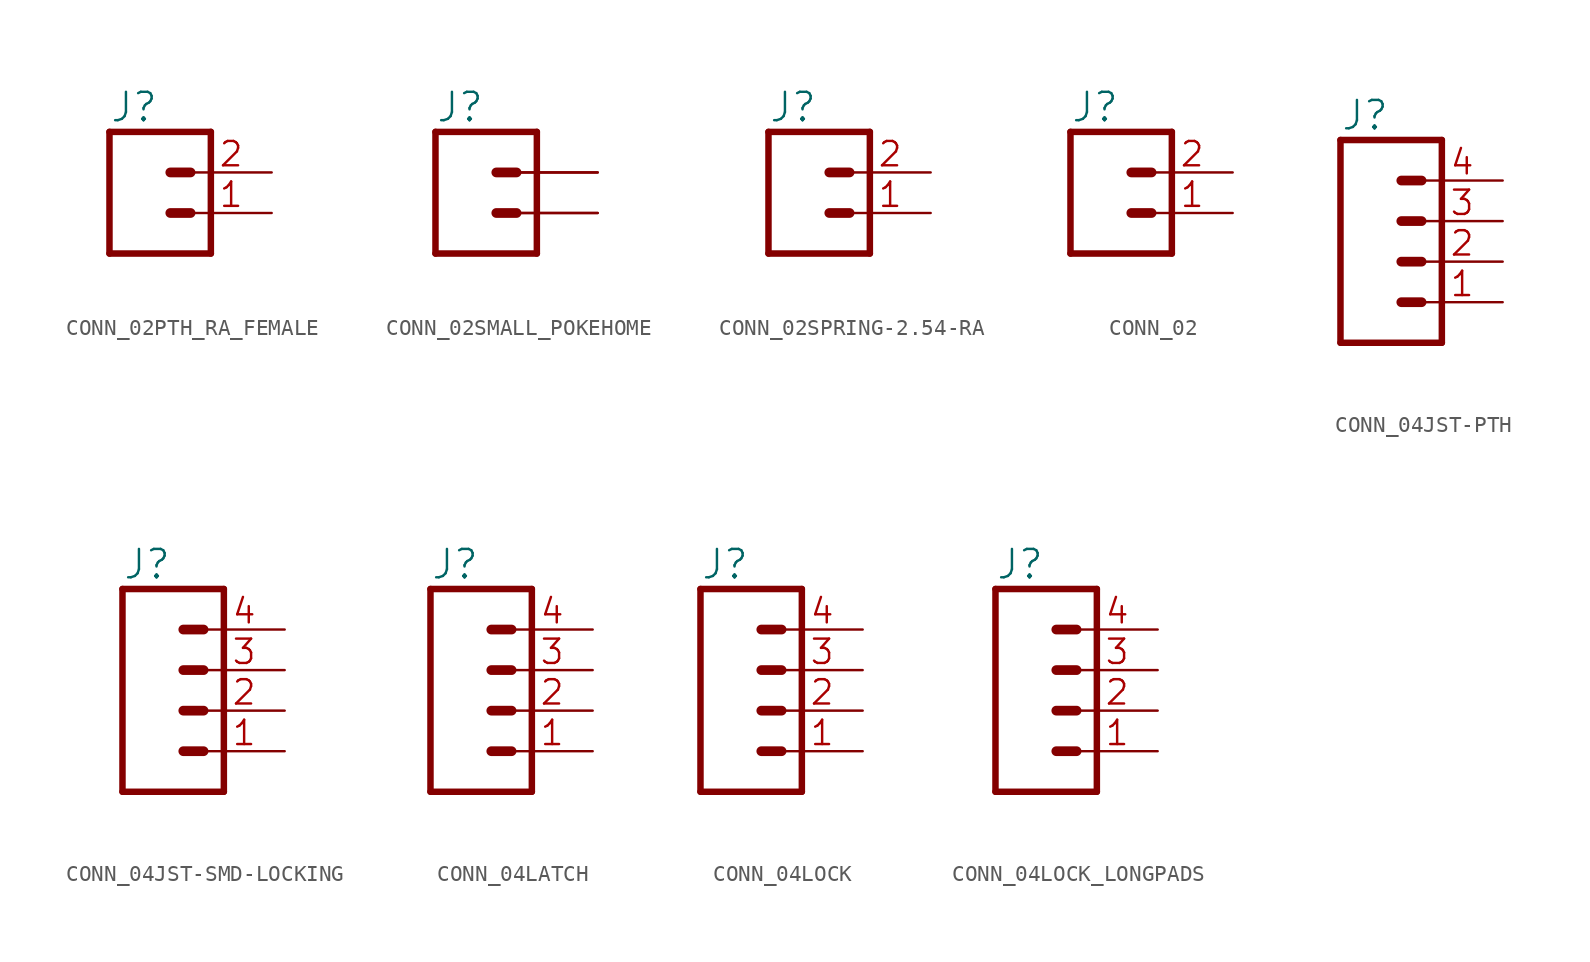
<source format=kicad_sym>
(kicad_symbol_lib
  (version 20241209)
  (generator "kicad_symbol_editor")
  (generator_version "9.0")
  (symbol "CONN_02PTH_RA_FEMALE"
    (property "Reference" "J"
      (at -2.54 5.588 0)
      (effects (font (size 1.778 1.778)) (justify left bottom)))
    (property "Value" ""
      (at -2.54 -4.826 0)
      (effects (font (size 1.778 1.778)) (justify left bottom)))
    (property "ki_locked" ""
      (at 0 0 0)
      (effects (font (size 1.27 1.27))))
    (symbol "CONN_02PTH_RA_FEMALE_1_0"
      (polyline (pts (xy -2.54 5.08) (xy -2.54 -2.54)) (stroke (width 0.406) (type solid)) (fill (type none)))
      (polyline (pts (xy -2.54 5.08) (xy 3.81 5.08)) (stroke (width 0.406) (type solid)) (fill (type none)))
      (polyline (pts (xy 1.27 2.54) (xy 2.54 2.54)) (stroke (width 0.61) (type solid)) (fill (type none)))
      (polyline (pts (xy 1.27 0) (xy 2.54 0)) (stroke (width 0.61) (type solid)) (fill (type none)))
      (polyline (pts (xy 3.81 -2.54) (xy -2.54 -2.54)) (stroke (width 0.406) (type solid)) (fill (type none)))
      (polyline (pts (xy 3.81 -2.54) (xy 3.81 5.08)) (stroke (width 0.406) (type solid)) (fill (type none)))
      (pin passive line (at 7.62 2.54 180) (length 5.08) (name "2" (effects (font (size 0 0)))) (number "2" (effects (font (size 1.524 1.524)))))
      (pin passive line (at 7.62 0 180) (length 5.08) (name "1" (effects (font (size 0 0)))) (number "1" (effects (font (size 1.524 1.524)))))))
  (symbol "CONN_02SMALL_POKEHOME"
    (property "Reference" "J"
      (at -2.54 5.588 0)
      (effects (font (size 1.778 1.778)) (justify left bottom)))
    (property "Value" ""
      (at -2.54 -4.826 0)
      (effects (font (size 1.778 1.778)) (justify left bottom)))
    (property "ki_locked" ""
      (at 0 0 0)
      (effects (font (size 1.27 1.27))))
    (symbol "CONN_02SMALL_POKEHOME_1_0"
      (polyline (pts (xy -2.54 5.08) (xy -2.54 -2.54)) (stroke (width 0.406) (type solid)) (fill (type none)))
      (polyline (pts (xy -2.54 5.08) (xy 3.81 5.08)) (stroke (width 0.406) (type solid)) (fill (type none)))
      (polyline (pts (xy 1.27 2.54) (xy 2.54 2.54)) (stroke (width 0.61) (type solid)) (fill (type none)))
      (polyline (pts (xy 1.27 0) (xy 2.54 0)) (stroke (width 0.61) (type solid)) (fill (type none)))
      (polyline (pts (xy 3.81 -2.54) (xy -2.54 -2.54)) (stroke (width 0.406) (type solid)) (fill (type none)))
      (polyline (pts (xy 3.81 -2.54) (xy 3.81 5.08)) (stroke (width 0.406) (type solid)) (fill (type none)))
      (pin passive line (at 7.62 2.54 180) (length 5.08) (name "2" (effects (font (size 0 0)))) (number "P2" (effects (font (size 0 0)))))
      (pin passive line (at 7.62 2.54 180) (length 5.08) (name "2" (effects (font (size 0 0)))) (number "P4" (effects (font (size 0 0)))))
      (pin passive line (at 7.62 0 180) (length 5.08) (name "1" (effects (font (size 0 0)))) (number "P1" (effects (font (size 0 0)))))
      (pin passive line (at 7.62 0 180) (length 5.08) (name "1" (effects (font (size 0 0)))) (number "P3" (effects (font (size 0 0)))))))
  (symbol "CONN_02SPRING-2.54-RA"
    (property "Reference" "J"
      (at -2.54 5.588 0)
      (effects (font (size 1.778 1.778)) (justify left bottom)))
    (property "Value" ""
      (at -2.54 -4.826 0)
      (effects (font (size 1.778 1.778)) (justify left bottom)))
    (property "ki_locked" ""
      (at 0 0 0)
      (effects (font (size 1.27 1.27))))
    (symbol "CONN_02SPRING-2.54-RA_1_0"
      (polyline (pts (xy -2.54 5.08) (xy -2.54 -2.54)) (stroke (width 0.406) (type solid)) (fill (type none)))
      (polyline (pts (xy -2.54 5.08) (xy 3.81 5.08)) (stroke (width 0.406) (type solid)) (fill (type none)))
      (polyline (pts (xy 1.27 2.54) (xy 2.54 2.54)) (stroke (width 0.61) (type solid)) (fill (type none)))
      (polyline (pts (xy 1.27 0) (xy 2.54 0)) (stroke (width 0.61) (type solid)) (fill (type none)))
      (polyline (pts (xy 3.81 -2.54) (xy -2.54 -2.54)) (stroke (width 0.406) (type solid)) (fill (type none)))
      (polyline (pts (xy 3.81 -2.54) (xy 3.81 5.08)) (stroke (width 0.406) (type solid)) (fill (type none)))
      (pin passive line (at 7.62 2.54 180) (length 5.08) (name "2" (effects (font (size 0 0)))) (number "2" (effects (font (size 1.524 1.524)))))
      (pin passive line (at 7.62 0 180) (length 5.08) (name "1" (effects (font (size 0 0)))) (number "1" (effects (font (size 1.524 1.524)))))))
  (symbol "CONN_02"
    (property "Reference" "J"
      (at -2.54 5.588 0)
      (effects (font (size 1.778 1.778)) (justify left bottom)))
    (property "Value" ""
      (at -2.54 -4.826 0)
      (effects (font (size 1.778 1.778)) (justify left bottom)))
    (property "ki_locked" ""
      (at 0 0 0)
      (effects (font (size 1.27 1.27))))
    (symbol "CONN_02_1_0"
      (polyline (pts (xy -2.54 5.08) (xy -2.54 -2.54)) (stroke (width 0.406) (type solid)) (fill (type none)))
      (polyline (pts (xy -2.54 5.08) (xy 3.81 5.08)) (stroke (width 0.406) (type solid)) (fill (type none)))
      (polyline (pts (xy 1.27 2.54) (xy 2.54 2.54)) (stroke (width 0.61) (type solid)) (fill (type none)))
      (polyline (pts (xy 1.27 0) (xy 2.54 0)) (stroke (width 0.61) (type solid)) (fill (type none)))
      (polyline (pts (xy 3.81 -2.54) (xy -2.54 -2.54)) (stroke (width 0.406) (type solid)) (fill (type none)))
      (polyline (pts (xy 3.81 -2.54) (xy 3.81 5.08)) (stroke (width 0.406) (type solid)) (fill (type none)))
      (pin passive line (at 7.62 2.54 180) (length 5.08) (name "2" (effects (font (size 0 0)))) (number "2" (effects (font (size 1.524 1.524)))))
      (pin passive line (at 7.62 0 180) (length 5.08) (name "1" (effects (font (size 0 0)))) (number "1" (effects (font (size 1.524 1.524)))))))
  (symbol "CONN_04JST-PTH"
    (property "Reference" "J"
      (at -5.08 8.128 0)
      (effects (font (size 1.778 1.778)) (justify left bottom)))
    (property "Value" ""
      (at -5.08 -7.366 0)
      (effects (font (size 1.778 1.778)) (justify left bottom)))
    (property "ki_locked" ""
      (at 0 0 0)
      (effects (font (size 1.27 1.27))))
    (symbol "CONN_04JST-PTH_1_0"
      (polyline (pts (xy -5.08 7.62) (xy -5.08 -5.08)) (stroke (width 0.406) (type solid)) (fill (type none)))
      (polyline (pts (xy -5.08 7.62) (xy 1.27 7.62)) (stroke (width 0.406) (type solid)) (fill (type none)))
      (polyline (pts (xy -1.27 5.08) (xy 0 5.08)) (stroke (width 0.61) (type solid)) (fill (type none)))
      (polyline (pts (xy -1.27 2.54) (xy 0 2.54)) (stroke (width 0.61) (type solid)) (fill (type none)))
      (polyline (pts (xy -1.27 0) (xy 0 0)) (stroke (width 0.61) (type solid)) (fill (type none)))
      (polyline (pts (xy -1.27 -2.54) (xy 0 -2.54)) (stroke (width 0.61) (type solid)) (fill (type none)))
      (polyline (pts (xy 1.27 -5.08) (xy -5.08 -5.08)) (stroke (width 0.406) (type solid)) (fill (type none)))
      (polyline (pts (xy 1.27 -5.08) (xy 1.27 7.62)) (stroke (width 0.406) (type solid)) (fill (type none)))
      (pin passive line (at 5.08 5.08 180) (length 5.08) (name "4" (effects (font (size 0 0)))) (number "4" (effects (font (size 1.524 1.524)))))
      (pin passive line (at 5.08 2.54 180) (length 5.08) (name "3" (effects (font (size 0 0)))) (number "3" (effects (font (size 1.524 1.524)))))
      (pin passive line (at 5.08 0 180) (length 5.08) (name "2" (effects (font (size 0 0)))) (number "2" (effects (font (size 1.524 1.524)))))
      (pin passive line (at 5.08 -2.54 180) (length 5.08) (name "1" (effects (font (size 0 0)))) (number "1" (effects (font (size 1.524 1.524)))))))
  (symbol "CONN_04JST-SMD-LOCKING"
    (property "Reference" "J"
      (at -5.08 8.128 0)
      (effects (font (size 1.778 1.778)) (justify left bottom)))
    (property "Value" ""
      (at -5.08 -7.366 0)
      (effects (font (size 1.778 1.778)) (justify left bottom)))
    (property "ki_locked" ""
      (at 0 0 0)
      (effects (font (size 1.27 1.27))))
    (symbol "CONN_04JST-SMD-LOCKING_1_0"
      (polyline (pts (xy -5.08 7.62) (xy -5.08 -5.08)) (stroke (width 0.406) (type solid)) (fill (type none)))
      (polyline (pts (xy -5.08 7.62) (xy 1.27 7.62)) (stroke (width 0.406) (type solid)) (fill (type none)))
      (polyline (pts (xy -1.27 5.08) (xy 0 5.08)) (stroke (width 0.61) (type solid)) (fill (type none)))
      (polyline (pts (xy -1.27 2.54) (xy 0 2.54)) (stroke (width 0.61) (type solid)) (fill (type none)))
      (polyline (pts (xy -1.27 0) (xy 0 0)) (stroke (width 0.61) (type solid)) (fill (type none)))
      (polyline (pts (xy -1.27 -2.54) (xy 0 -2.54)) (stroke (width 0.61) (type solid)) (fill (type none)))
      (polyline (pts (xy 1.27 -5.08) (xy -5.08 -5.08)) (stroke (width 0.406) (type solid)) (fill (type none)))
      (polyline (pts (xy 1.27 -5.08) (xy 1.27 7.62)) (stroke (width 0.406) (type solid)) (fill (type none)))
      (pin passive line (at 5.08 5.08 180) (length 5.08) (name "4" (effects (font (size 0 0)))) (number "4" (effects (font (size 1.524 1.524)))))
      (pin passive line (at 5.08 2.54 180) (length 5.08) (name "3" (effects (font (size 0 0)))) (number "3" (effects (font (size 1.524 1.524)))))
      (pin passive line (at 5.08 0 180) (length 5.08) (name "2" (effects (font (size 0 0)))) (number "2" (effects (font (size 1.524 1.524)))))
      (pin passive line (at 5.08 -2.54 180) (length 5.08) (name "1" (effects (font (size 0 0)))) (number "1" (effects (font (size 1.524 1.524)))))))
  (symbol "CONN_04LATCH"
    (property "Reference" "J"
      (at -5.08 8.128 0)
      (effects (font (size 1.778 1.778)) (justify left bottom)))
    (property "Value" ""
      (at -5.08 -7.366 0)
      (effects (font (size 1.778 1.778)) (justify left bottom)))
    (property "ki_locked" ""
      (at 0 0 0)
      (effects (font (size 1.27 1.27))))
    (symbol "CONN_04LATCH_1_0"
      (polyline (pts (xy -5.08 7.62) (xy -5.08 -5.08)) (stroke (width 0.406) (type solid)) (fill (type none)))
      (polyline (pts (xy -5.08 7.62) (xy 1.27 7.62)) (stroke (width 0.406) (type solid)) (fill (type none)))
      (polyline (pts (xy -1.27 5.08) (xy 0 5.08)) (stroke (width 0.61) (type solid)) (fill (type none)))
      (polyline (pts (xy -1.27 2.54) (xy 0 2.54)) (stroke (width 0.61) (type solid)) (fill (type none)))
      (polyline (pts (xy -1.27 0) (xy 0 0)) (stroke (width 0.61) (type solid)) (fill (type none)))
      (polyline (pts (xy -1.27 -2.54) (xy 0 -2.54)) (stroke (width 0.61) (type solid)) (fill (type none)))
      (polyline (pts (xy 1.27 -5.08) (xy -5.08 -5.08)) (stroke (width 0.406) (type solid)) (fill (type none)))
      (polyline (pts (xy 1.27 -5.08) (xy 1.27 7.62)) (stroke (width 0.406) (type solid)) (fill (type none)))
      (pin passive line (at 5.08 5.08 180) (length 5.08) (name "4" (effects (font (size 0 0)))) (number "4" (effects (font (size 1.524 1.524)))))
      (pin passive line (at 5.08 2.54 180) (length 5.08) (name "3" (effects (font (size 0 0)))) (number "3" (effects (font (size 1.524 1.524)))))
      (pin passive line (at 5.08 0 180) (length 5.08) (name "2" (effects (font (size 0 0)))) (number "2" (effects (font (size 1.524 1.524)))))
      (pin passive line (at 5.08 -2.54 180) (length 5.08) (name "1" (effects (font (size 0 0)))) (number "1" (effects (font (size 1.524 1.524)))))))
  (symbol "CONN_04LOCK"
    (property "Reference" "J"
      (at -5.08 8.128 0)
      (effects (font (size 1.778 1.778)) (justify left bottom)))
    (property "Value" ""
      (at -5.08 -7.366 0)
      (effects (font (size 1.778 1.778)) (justify left bottom)))
    (property "ki_locked" ""
      (at 0 0 0)
      (effects (font (size 1.27 1.27))))
    (symbol "CONN_04LOCK_1_0"
      (polyline (pts (xy -5.08 7.62) (xy -5.08 -5.08)) (stroke (width 0.406) (type solid)) (fill (type none)))
      (polyline (pts (xy -5.08 7.62) (xy 1.27 7.62)) (stroke (width 0.406) (type solid)) (fill (type none)))
      (polyline (pts (xy -1.27 5.08) (xy 0 5.08)) (stroke (width 0.61) (type solid)) (fill (type none)))
      (polyline (pts (xy -1.27 2.54) (xy 0 2.54)) (stroke (width 0.61) (type solid)) (fill (type none)))
      (polyline (pts (xy -1.27 0) (xy 0 0)) (stroke (width 0.61) (type solid)) (fill (type none)))
      (polyline (pts (xy -1.27 -2.54) (xy 0 -2.54)) (stroke (width 0.61) (type solid)) (fill (type none)))
      (polyline (pts (xy 1.27 -5.08) (xy -5.08 -5.08)) (stroke (width 0.406) (type solid)) (fill (type none)))
      (polyline (pts (xy 1.27 -5.08) (xy 1.27 7.62)) (stroke (width 0.406) (type solid)) (fill (type none)))
      (pin passive line (at 5.08 5.08 180) (length 5.08) (name "4" (effects (font (size 0 0)))) (number "4" (effects (font (size 1.524 1.524)))))
      (pin passive line (at 5.08 2.54 180) (length 5.08) (name "3" (effects (font (size 0 0)))) (number "3" (effects (font (size 1.524 1.524)))))
      (pin passive line (at 5.08 0 180) (length 5.08) (name "2" (effects (font (size 0 0)))) (number "2" (effects (font (size 1.524 1.524)))))
      (pin passive line (at 5.08 -2.54 180) (length 5.08) (name "1" (effects (font (size 0 0)))) (number "1" (effects (font (size 1.524 1.524)))))))
  (symbol "CONN_04LOCK_LONGPADS"
    (property "Reference" "J"
      (at -5.08 8.128 0)
      (effects (font (size 1.778 1.778)) (justify left bottom)))
    (property "Value" ""
      (at -5.08 -7.366 0)
      (effects (font (size 1.778 1.778)) (justify left bottom)))
    (property "ki_locked" ""
      (at 0 0 0)
      (effects (font (size 1.27 1.27))))
    (symbol "CONN_04LOCK_LONGPADS_1_0"
      (polyline (pts (xy -5.08 7.62) (xy -5.08 -5.08)) (stroke (width 0.406) (type solid)) (fill (type none)))
      (polyline (pts (xy -5.08 7.62) (xy 1.27 7.62)) (stroke (width 0.406) (type solid)) (fill (type none)))
      (polyline (pts (xy -1.27 5.08) (xy 0 5.08)) (stroke (width 0.61) (type solid)) (fill (type none)))
      (polyline (pts (xy -1.27 2.54) (xy 0 2.54)) (stroke (width 0.61) (type solid)) (fill (type none)))
      (polyline (pts (xy -1.27 0) (xy 0 0)) (stroke (width 0.61) (type solid)) (fill (type none)))
      (polyline (pts (xy -1.27 -2.54) (xy 0 -2.54)) (stroke (width 0.61) (type solid)) (fill (type none)))
      (polyline (pts (xy 1.27 -5.08) (xy -5.08 -5.08)) (stroke (width 0.406) (type solid)) (fill (type none)))
      (polyline (pts (xy 1.27 -5.08) (xy 1.27 7.62)) (stroke (width 0.406) (type solid)) (fill (type none)))
      (pin passive line (at 5.08 5.08 180) (length 5.08) (name "4" (effects (font (size 0 0)))) (number "4" (effects (font (size 1.524 1.524)))))
      (pin passive line (at 5.08 2.54 180) (length 5.08) (name "3" (effects (font (size 0 0)))) (number "3" (effects (font (size 1.524 1.524)))))
      (pin passive line (at 5.08 0 180) (length 5.08) (name "2" (effects (font (size 0 0)))) (number "2" (effects (font (size 1.524 1.524)))))
      (pin passive line (at 5.08 -2.54 180) (length 5.08) (name "1" (effects (font (size 0 0)))) (number "1" (effects (font (size 1.524 1.524))))))))
</source>
